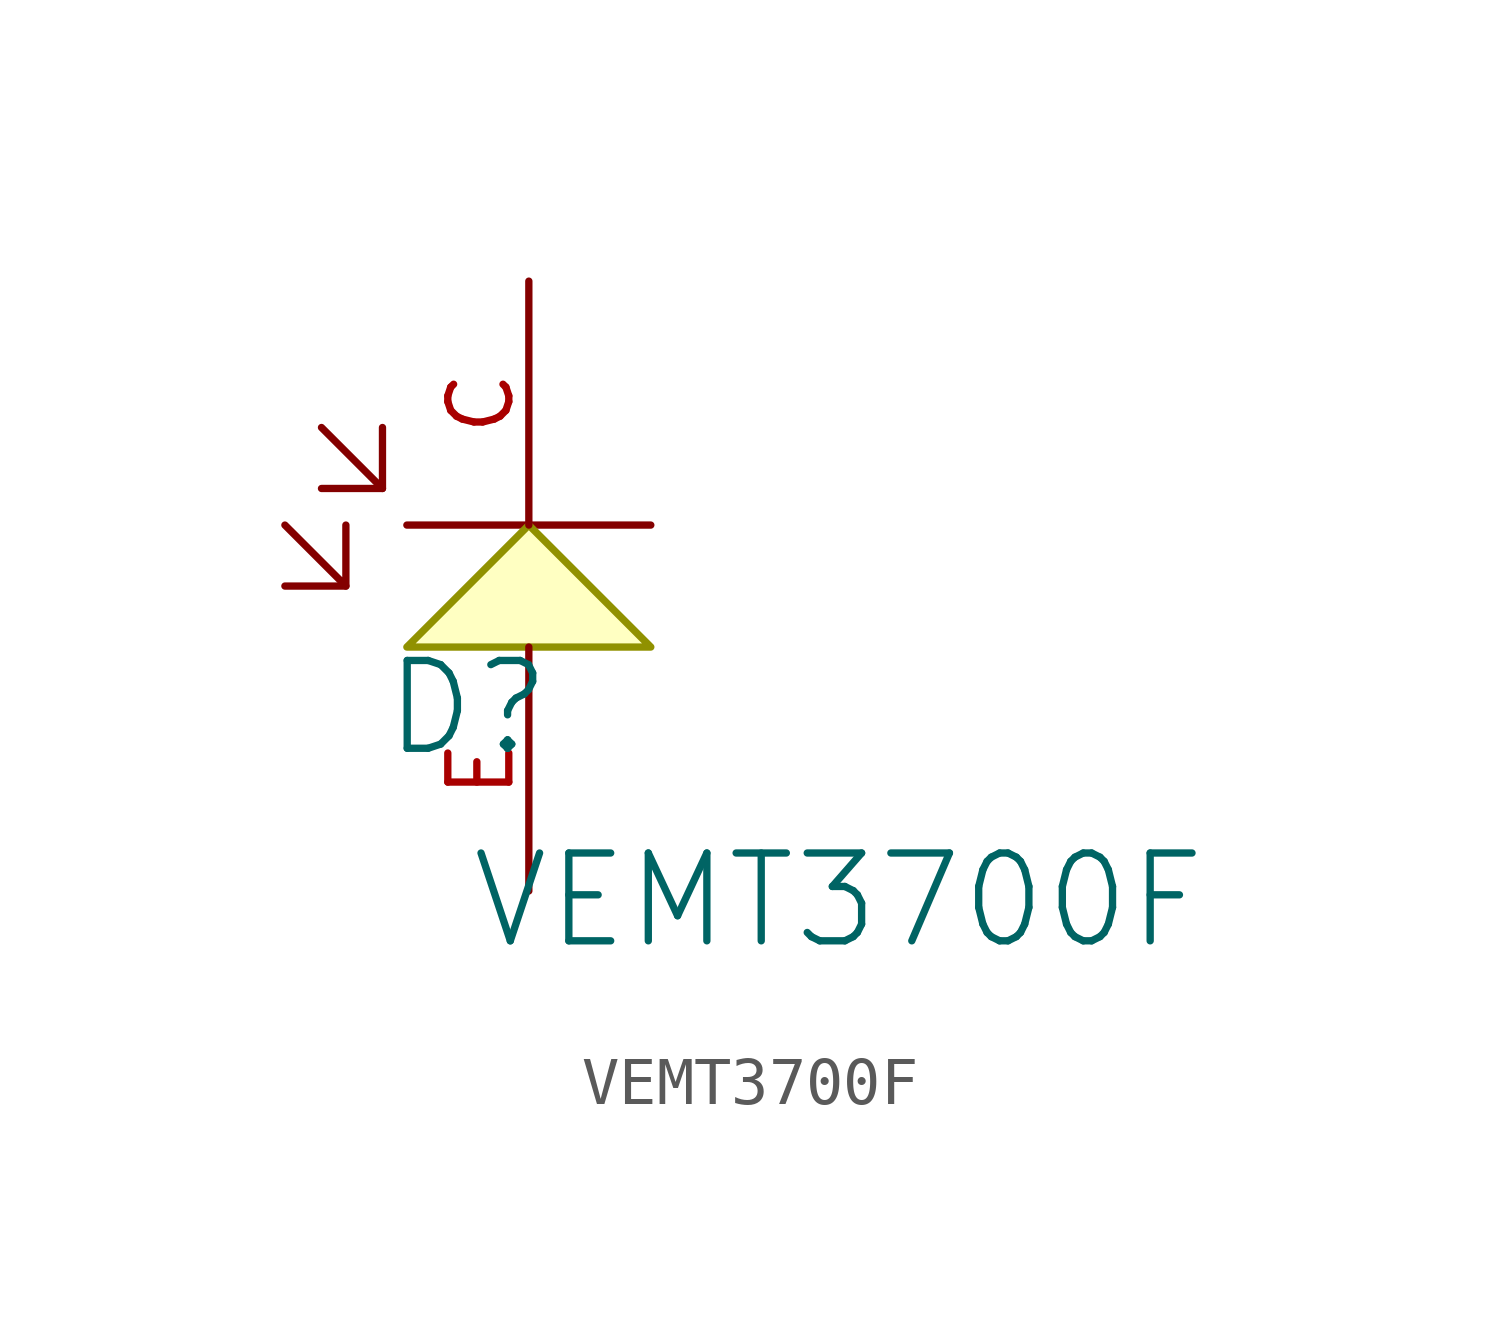
<source format=kicad_sym>
(kicad_symbol_lib
  (version 20241209)
  (generator "kicad_symbol_editor")
  (generator_version "9.0")
  (symbol "VEMT3700F"
    (pin_names
      (hide yes))
    (property "Reference" "D"
      (at -1.27 1.27 0)
      (effects (font (size 1.829 1.829))))
    (property "Value" "VEMT3700F"
      (at -1.27 -3.81 0)
      (effects (font (size 1.829 1.829)) (justify left bottom)))
    (symbol "VEMT3700F_1_0"
      (polyline (pts (xy -5.08 5.08) (xy -3.81 3.81) (xy -3.81 5.08)) (stroke (width 0) (type solid)) (fill (type none)))
      (polyline (pts (xy -4.318 7.112) (xy -3.048 5.842) (xy -3.048 7.112)) (stroke (width 0) (type solid)) (fill (type none)))
      (polyline (pts (xy -3.81 3.81) (xy -5.08 3.81)) (stroke (width 0) (type solid)) (fill (type none)))
      (polyline (pts (xy -3.048 5.842) (xy -4.318 5.842)) (stroke (width 0) (type solid)) (fill (type none)))
      (polyline (pts (xy -2.54 5.08) (xy 2.54 5.08)) (stroke (width 0) (type solid)) (fill (type none)))
      (polyline (pts (xy -2.54 2.54) (xy 0 5.08) (xy 2.54 2.54) (xy -2.54 2.54)) (stroke (width 0) (type solid) (color 144 145 0 1)) (fill (type background)))
      (pin passive line (at 0 10.16 270) (length 5.08) (name "C" (effects (font (size 1.27 1.27)))) (number "C" (effects (font (size 1.27 1.27)))))
      (pin passive line (at 0 -2.54 90) (length 5.08) (name "E" (effects (font (size 1.27 1.27)))) (number "E" (effects (font (size 1.27 1.27))))))))
</source>
